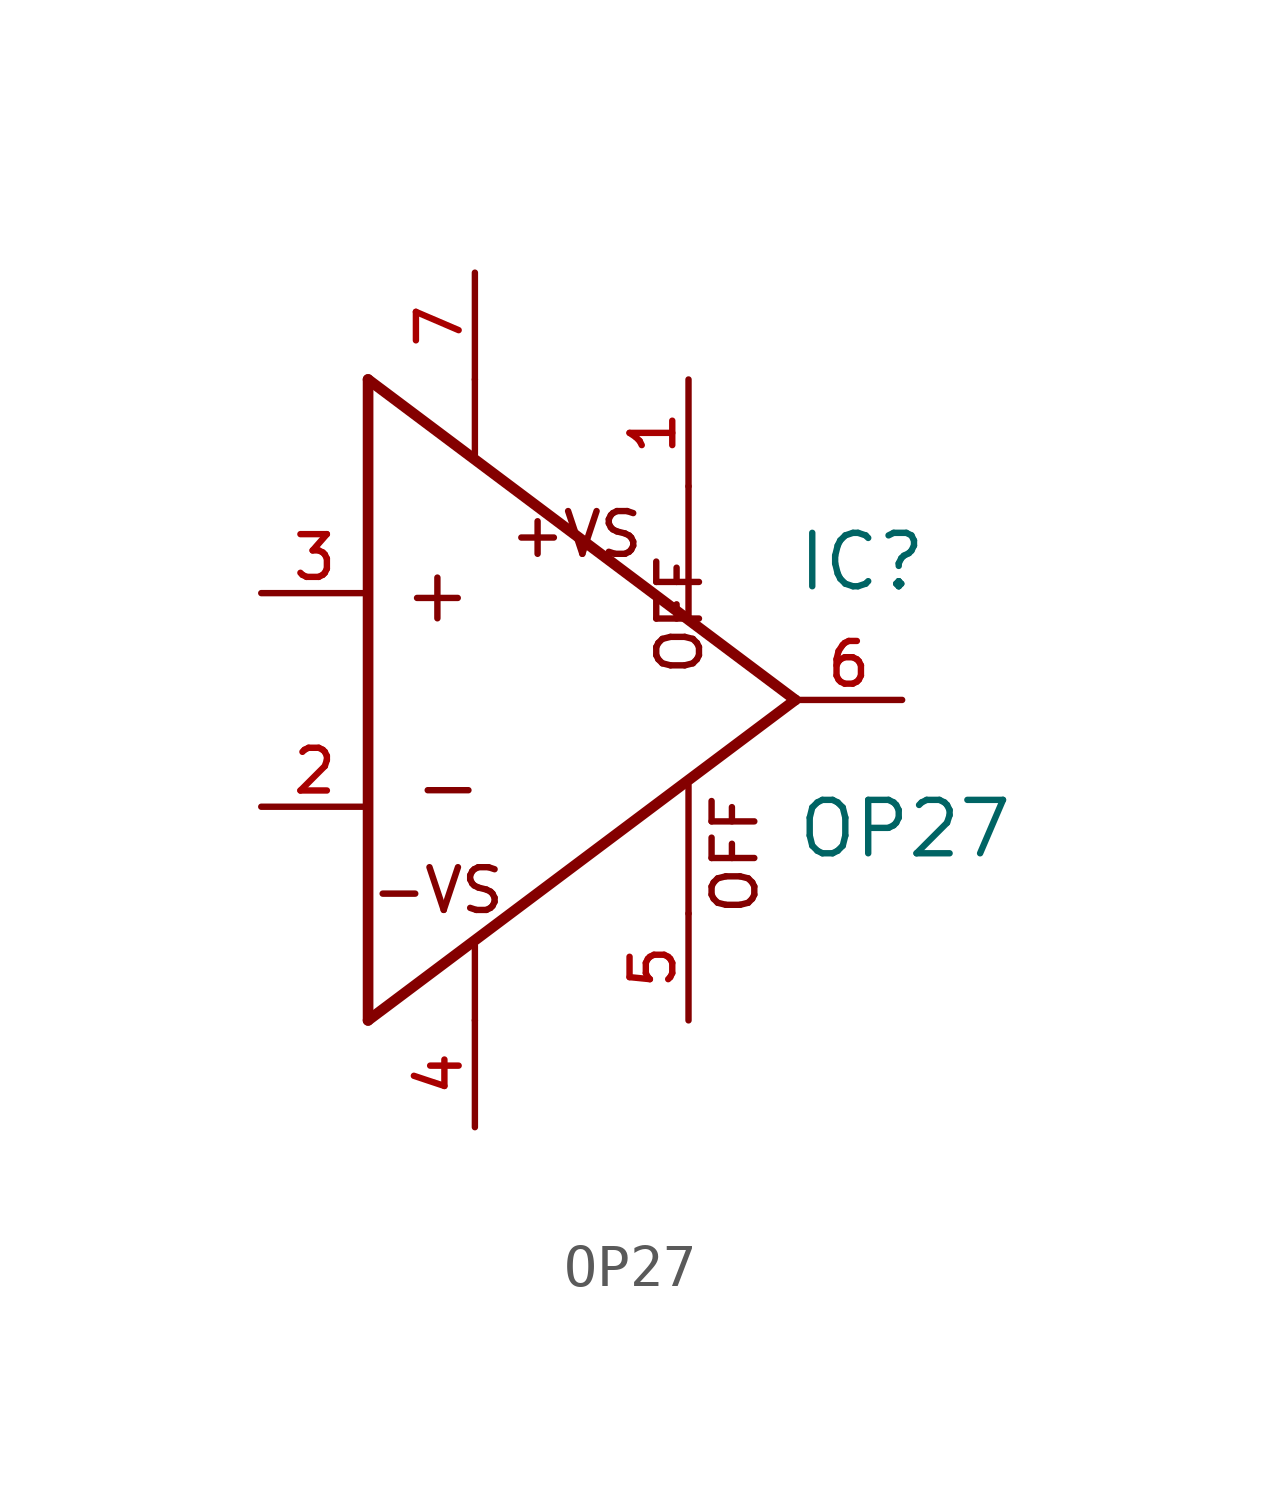
<source format=kicad_sym>
(kicad_symbol_lib
  (version 20211014)
  (generator kicad_symbol_editor)
  (symbol "OP27"
    (pin_names
      (offset 1.016))
    (property "Reference" "IC"
      (at 7.62 2.54 0)
      (effects (font (size 1.27 1.27)) (justify bottom left)))
    (property "Value" "OP27"
      (at 7.62 -3.81 0)
      (effects (font (size 1.27 1.27)) (justify bottom left)))
    (symbol "OP27_0_0"
      (polyline (pts (xy -2.54 7.62) (xy -2.54 -7.62)) (stroke (width 0.254)))
      (polyline (pts (xy -2.54 -7.62) (xy 7.62 0.0)) (stroke (width 0.254)))
      (polyline (pts (xy 7.62 0.0) (xy -2.54 7.62)) (stroke (width 0.254)))
      (polyline (pts (xy 5.08 5.08) (xy 5.08 2.032)) (stroke (width 0.152)))
      (polyline (pts (xy 5.08 -5.08) (xy 5.08 -2.032)) (stroke (width 0.152)))
      (polyline (pts (xy 0.0 5.842) (xy 0.0 7.62)) (stroke (width 0.152)))
      (polyline (pts (xy 0.0 -7.62) (xy 0.0 -5.842)) (stroke (width 0.152)))
      (text "+" (at -1.778 1.778 0) (effects (font (size 1.27 1.27)) (justify bottom left)))
      (text "-" (at -1.524 -2.794 0) (effects (font (size 1.27 1.27)) (justify bottom left)))
      (text "+VS" (at 0.762 3.937 0) (effects (font (size 1.016 1.016)) (justify left)))
      (text "-VS" (at 0.762 -3.937 0) (effects (font (size 1.016 1.016)) (justify top right)))
      (text "OFF" (at 5.588 -2.159 900) (effects (font (size 1.016 1.016)) (justify top right)))
      (text "OFF" (at 5.461 2.032 900) (effects (font (size 1.016 1.016)) (justify bottom)))
      (pin input line (at -5.08 2.54 0) (length 2.54) (name "~" (effects (font (size 1.016 1.016)))) (number "3" (effects (font (size 1.016 1.016)))))
      (pin input line (at -5.08 -2.54 0) (length 2.54) (name "~" (effects (font (size 1.016 1.016)))) (number "2" (effects (font (size 1.016 1.016)))))
      (pin output line (at 10.16 0.0 180.0) (length 2.54) (name "~" (effects (font (size 1.016 1.016)))) (number "6" (effects (font (size 1.016 1.016)))))
      (pin input line (at 0.0 -10.16 90.0) (length 2.54) (name "~" (effects (font (size 1.016 1.016)))) (number "4" (effects (font (size 1.016 1.016)))))
      (pin input line (at 0.0 10.16 270.0) (length 2.54) (name "~" (effects (font (size 1.016 1.016)))) (number "7" (effects (font (size 1.016 1.016)))))
      (pin passive line (at 5.08 7.62 270.0) (length 2.54) (name "~" (effects (font (size 1.016 1.016)))) (number "1" (effects (font (size 1.016 1.016)))))
      (pin passive line (at 5.08 -7.62 90.0) (length 2.54) (name "~" (effects (font (size 1.016 1.016)))) (number "5" (effects (font (size 1.016 1.016))))))))
</source>
